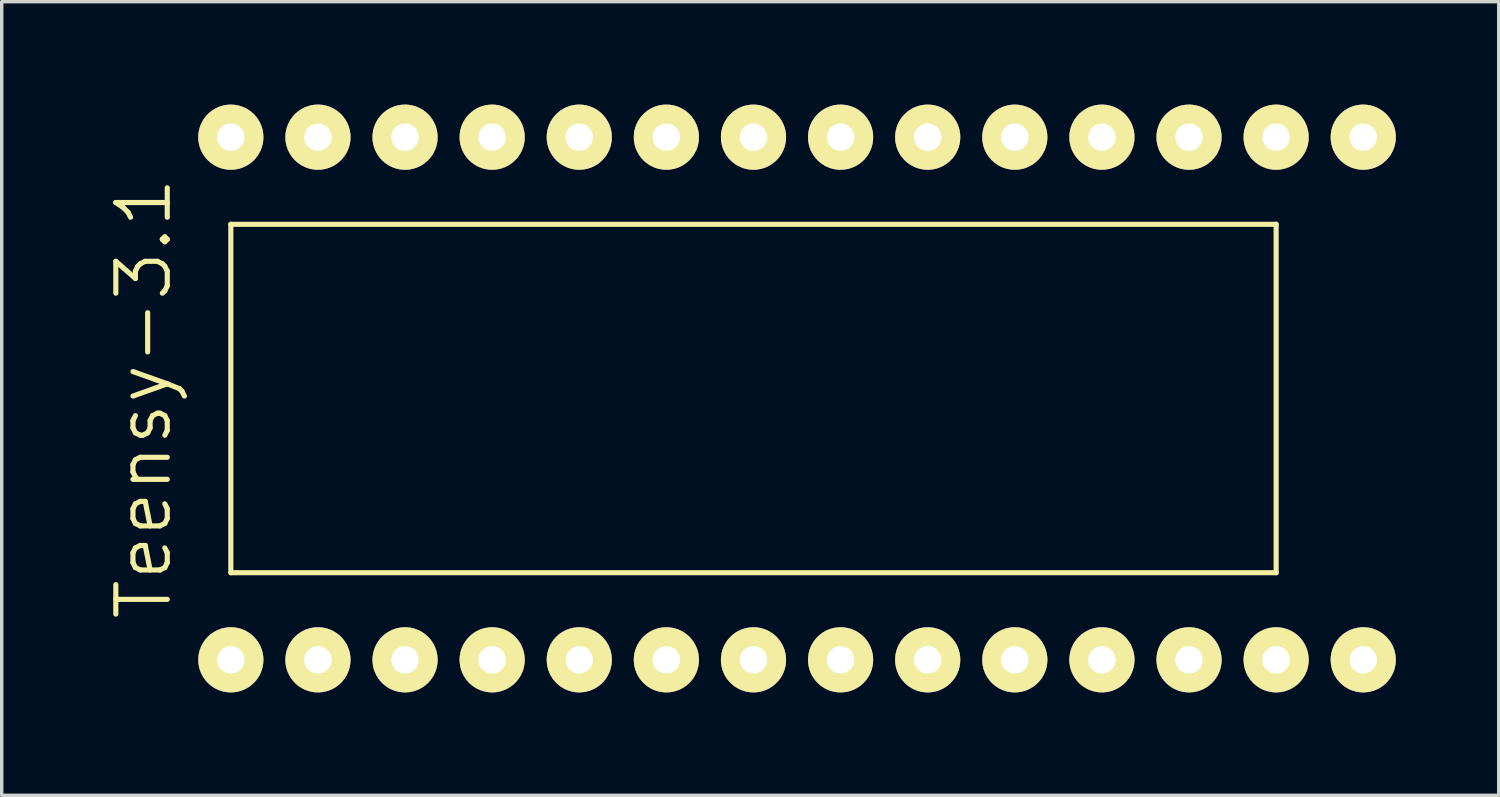
<source format=kicad_pcb>
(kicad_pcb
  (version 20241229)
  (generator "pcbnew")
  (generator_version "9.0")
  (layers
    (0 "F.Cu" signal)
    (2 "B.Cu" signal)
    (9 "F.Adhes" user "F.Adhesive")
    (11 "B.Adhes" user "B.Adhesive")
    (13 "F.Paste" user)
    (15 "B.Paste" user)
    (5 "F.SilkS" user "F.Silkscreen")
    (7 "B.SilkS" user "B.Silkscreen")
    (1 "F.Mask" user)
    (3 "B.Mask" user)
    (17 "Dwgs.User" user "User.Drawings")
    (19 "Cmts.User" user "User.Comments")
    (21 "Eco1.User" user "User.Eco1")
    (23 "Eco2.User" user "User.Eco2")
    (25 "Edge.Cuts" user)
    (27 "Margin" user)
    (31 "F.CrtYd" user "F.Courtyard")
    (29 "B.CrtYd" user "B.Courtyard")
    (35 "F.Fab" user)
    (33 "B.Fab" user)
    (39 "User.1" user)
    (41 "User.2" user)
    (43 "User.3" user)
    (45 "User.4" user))
  (footprint "Teensy-3.1"
    (layer "F.Cu")
    (at 6.221 16.19)
    (property "Reference" "Teensy-3.1" (at -5.08 -7.62 90) (layer "F.SilkS") (effects (font (size 1.5 1.5) (thickness 0.15))))
    (attr through_hole)
    (fp_line (start -2.54 -12.7) (end 27.94 -12.7) (stroke (width 0.15) (type solid)) (layer "F.SilkS"))
    (fp_line (start -2.54 -2.54) (end -2.54 -12.7) (stroke (width 0.15) (type solid)) (layer "F.SilkS"))
    (fp_line (start 27.94 -12.7) (end 27.94 -2.54) (stroke (width 0.15) (type solid)) (layer "F.SilkS"))
    (fp_line (start 27.94 -2.54) (end -2.54 -2.54) (stroke (width 0.15) (type solid)) (layer "F.SilkS"))
    (pad "0" thru_hole circle (at 0 0) (size 1.9 1.9) (drill 0.8) (layers "*.Cu" "*.Mask" "F.SilkS"))
    (pad "1" thru_hole circle (at 2.54 0) (size 1.9 1.9) (drill 0.8) (layers "*.Cu" "*.Mask" "F.SilkS"))
    (pad "2" thru_hole circle (at 5.08 0) (size 1.9 1.9) (drill 0.8) (layers "*.Cu" "*.Mask" "F.SilkS"))
    (pad "3" thru_hole circle (at 7.62 0) (size 1.9 1.9) (drill 0.8) (layers "*.Cu" "*.Mask" "F.SilkS"))
    (pad "4" thru_hole circle (at 10.16 0) (size 1.9 1.9) (drill 0.8) (layers "*.Cu" "*.Mask" "F.SilkS"))
    (pad "5" thru_hole circle (at 12.7 0) (size 1.9 1.9) (drill 0.8) (layers "*.Cu" "*.Mask" "F.SilkS"))
    (pad "6" thru_hole circle (at 15.24 0) (size 1.9 1.9) (drill 0.8) (layers "*.Cu" "*.Mask" "F.SilkS"))
    (pad "7" thru_hole circle (at 17.78 0) (size 1.9 1.9) (drill 0.8) (layers "*.Cu" "*.Mask" "F.SilkS"))
    (pad "8" thru_hole circle (at 20.32 0) (size 1.9 1.9) (drill 0.8) (layers "*.Cu" "*.Mask" "F.SilkS"))
    (pad "9" thru_hole circle (at 22.86 0) (size 1.9 1.9) (drill 0.8) (layers "*.Cu" "*.Mask" "F.SilkS"))
    (pad "10" thru_hole circle (at 25.4 0) (size 1.9 1.9) (drill 0.8) (layers "*.Cu" "*.Mask" "F.SilkS"))
    (pad "11" thru_hole circle (at 27.94 0) (size 1.9 1.9) (drill 0.8) (layers "*.Cu" "*.Mask" "F.SilkS"))
    (pad "12" thru_hole circle (at 30.48 0) (size 1.9 1.9) (drill 0.8) (layers "*.Cu" "*.Mask" "F.SilkS"))
    (pad "13" thru_hole circle (at 30.48 -15.24) (size 1.9 1.9) (drill 0.8) (layers "*.Cu" "*.Mask" "F.SilkS"))
    (pad "14" thru_hole circle (at 27.94 -15.24) (size 1.9 1.9) (drill 0.8) (layers "*.Cu" "*.Mask" "F.SilkS"))
    (pad "15" thru_hole circle (at 25.4 -15.24) (size 1.9 1.9) (drill 0.8) (layers "*.Cu" "*.Mask" "F.SilkS"))
    (pad "16" thru_hole circle (at 22.86 -15.24) (size 1.9 1.9) (drill 0.8) (layers "*.Cu" "*.Mask" "F.SilkS"))
    (pad "17" thru_hole circle (at 20.32 -15.24) (size 1.9 1.9) (drill 0.8) (layers "*.Cu" "*.Mask" "F.SilkS"))
    (pad "18" thru_hole circle (at 17.78 -15.24) (size 1.9 1.9) (drill 0.8) (layers "*.Cu" "*.Mask" "F.SilkS"))
    (pad "19" thru_hole circle (at 15.24 -15.24) (size 1.9 1.9) (drill 0.8) (layers "*.Cu" "*.Mask" "F.SilkS"))
    (pad "20" thru_hole circle (at 12.7 -15.24) (size 1.9 1.9) (drill 0.8) (layers "*.Cu" "*.Mask" "F.SilkS"))
    (pad "21" thru_hole circle (at 10.16 -15.24) (size 1.9 1.9) (drill 0.8) (layers "*.Cu" "*.Mask" "F.SilkS"))
    (pad "22" thru_hole circle (at 7.62 -15.24) (size 1.9 1.9) (drill 0.8) (layers "*.Cu" "*.Mask" "F.SilkS"))
    (pad "23" thru_hole circle (at 5.08 -15.24) (size 1.9 1.9) (drill 0.8) (layers "*.Cu" "*.Mask" "F.SilkS"))
    (pad "24" thru_hole circle (at 2.54 -15.24) (size 1.9 1.9) (drill 0.8) (layers "*.Cu" "*.Mask" "F.SilkS"))
    (pad "25" thru_hole circle (at 0 -15.24) (size 1.9 1.9) (drill 0.8) (layers "*.Cu" "*.Mask" "F.SilkS"))
    (pad "26" thru_hole circle (at -2.54 -15.24) (size 1.9 1.9) (drill 0.8) (layers "*.Cu" "*.Mask" "F.SilkS"))
    (pad "27" thru_hole circle (at -2.54 0) (size 1.9 1.9) (drill 0.8) (layers "*.Cu" "*.Mask" "F.SilkS")))
  (gr_rect
    (start -3 -3)
    (end 40.651 20.14)
    (stroke (width 0.1) (type default))
    (fill no)
    (layer "Edge.Cuts")))
</source>
